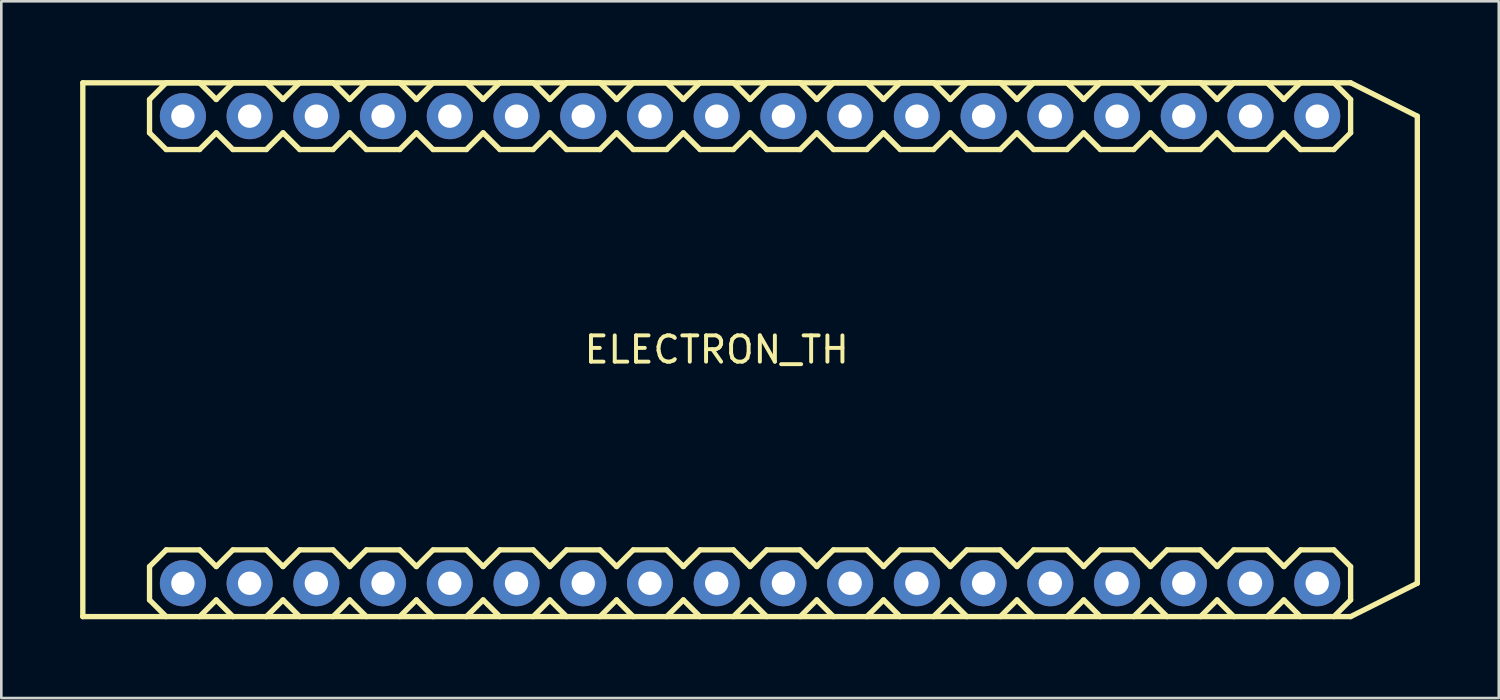
<source format=kicad_pcb>
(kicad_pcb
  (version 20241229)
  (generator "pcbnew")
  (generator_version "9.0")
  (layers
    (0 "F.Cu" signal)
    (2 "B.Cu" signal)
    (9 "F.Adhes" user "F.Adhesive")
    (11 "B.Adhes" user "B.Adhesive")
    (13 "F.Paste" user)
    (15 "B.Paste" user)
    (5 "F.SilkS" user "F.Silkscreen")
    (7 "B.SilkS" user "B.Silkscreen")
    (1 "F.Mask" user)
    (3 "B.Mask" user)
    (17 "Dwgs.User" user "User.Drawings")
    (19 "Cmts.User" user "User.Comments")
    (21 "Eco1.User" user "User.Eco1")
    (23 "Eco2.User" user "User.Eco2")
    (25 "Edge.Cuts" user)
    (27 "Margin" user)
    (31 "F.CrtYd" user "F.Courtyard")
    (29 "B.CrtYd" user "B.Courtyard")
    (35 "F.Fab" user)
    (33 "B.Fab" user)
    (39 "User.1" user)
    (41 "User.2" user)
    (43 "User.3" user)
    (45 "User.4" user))
  (footprint "ELECTRON_TH"
    (layer "F.Cu")
    (at 24.232 10.262)
    (property "Reference" "ELECTRON_TH" (at 0 0 0) (layer "F.SilkS") (effects (font (size 1 1) (thickness 0.15))))
    (attr through_hole)
    (fp_line (start -24.13 -10.16) (end 24.13 -10.16) (stroke (width 0.203) (type solid)) (layer "F.SilkS"))
    (fp_line (start -24.13 10.16) (end -24.13 -10.16) (stroke (width 0.203) (type solid)) (layer "F.SilkS"))
    (fp_line (start -21.59 -9.525) (end -21.59 -8.255) (stroke (width 0.203) (type solid)) (layer "F.SilkS"))
    (fp_line (start -21.59 -8.255) (end -20.955 -7.62) (stroke (width 0.203) (type solid)) (layer "F.SilkS"))
    (fp_line (start -21.59 8.255) (end -21.59 9.525) (stroke (width 0.203) (type solid)) (layer "F.SilkS"))
    (fp_line (start -21.59 9.525) (end -20.955 10.16) (stroke (width 0.203) (type solid)) (layer "F.SilkS"))
    (fp_line (start -20.955 -10.16) (end -21.59 -9.525) (stroke (width 0.203) (type solid)) (layer "F.SilkS"))
    (fp_line (start -20.955 7.62) (end -21.59 8.255) (stroke (width 0.203) (type solid)) (layer "F.SilkS"))
    (fp_line (start -19.685 -10.16) (end -20.955 -10.16) (stroke (width 0.203) (type solid)) (layer "F.SilkS"))
    (fp_line (start -19.685 -10.16) (end -19.05 -9.525) (stroke (width 0.203) (type solid)) (layer "F.SilkS"))
    (fp_line (start -19.685 -7.62) (end -20.955 -7.62) (stroke (width 0.203) (type solid)) (layer "F.SilkS"))
    (fp_line (start -19.685 7.62) (end -20.955 7.62) (stroke (width 0.203) (type solid)) (layer "F.SilkS"))
    (fp_line (start -19.685 7.62) (end -19.05 8.255) (stroke (width 0.203) (type solid)) (layer "F.SilkS"))
    (fp_line (start -19.05 -9.525) (end -18.415 -10.16) (stroke (width 0.203) (type solid)) (layer "F.SilkS"))
    (fp_line (start -19.05 -8.255) (end -19.685 -7.62) (stroke (width 0.203) (type solid)) (layer "F.SilkS"))
    (fp_line (start -19.05 8.255) (end -18.415 7.62) (stroke (width 0.203) (type solid)) (layer "F.SilkS"))
    (fp_line (start -19.05 9.525) (end -19.685 10.16) (stroke (width 0.203) (type solid)) (layer "F.SilkS"))
    (fp_line (start -18.415 -7.62) (end -19.05 -8.255) (stroke (width 0.203) (type solid)) (layer "F.SilkS"))
    (fp_line (start -18.415 10.16) (end -19.05 9.525) (stroke (width 0.203) (type solid)) (layer "F.SilkS"))
    (fp_line (start -17.145 -10.16) (end -18.415 -10.16) (stroke (width 0.203) (type solid)) (layer "F.SilkS"))
    (fp_line (start -17.145 -10.16) (end -16.51 -9.525) (stroke (width 0.203) (type solid)) (layer "F.SilkS"))
    (fp_line (start -17.145 -7.62) (end -18.415 -7.62) (stroke (width 0.203) (type solid)) (layer "F.SilkS"))
    (fp_line (start -17.145 7.62) (end -18.415 7.62) (stroke (width 0.203) (type solid)) (layer "F.SilkS"))
    (fp_line (start -17.145 7.62) (end -16.51 8.255) (stroke (width 0.203) (type solid)) (layer "F.SilkS"))
    (fp_line (start -16.51 -9.525) (end -15.875 -10.16) (stroke (width 0.203) (type solid)) (layer "F.SilkS"))
    (fp_line (start -16.51 -8.255) (end -17.145 -7.62) (stroke (width 0.203) (type solid)) (layer "F.SilkS"))
    (fp_line (start -16.51 8.255) (end -15.875 7.62) (stroke (width 0.203) (type solid)) (layer "F.SilkS"))
    (fp_line (start -16.51 9.525) (end -17.145 10.16) (stroke (width 0.203) (type solid)) (layer "F.SilkS"))
    (fp_line (start -15.875 -7.62) (end -16.51 -8.255) (stroke (width 0.203) (type solid)) (layer "F.SilkS"))
    (fp_line (start -15.875 10.16) (end -16.51 9.525) (stroke (width 0.203) (type solid)) (layer "F.SilkS"))
    (fp_line (start -14.605 -10.16) (end -15.875 -10.16) (stroke (width 0.203) (type solid)) (layer "F.SilkS"))
    (fp_line (start -14.605 -10.16) (end -13.97 -9.525) (stroke (width 0.203) (type solid)) (layer "F.SilkS"))
    (fp_line (start -14.605 -7.62) (end -15.875 -7.62) (stroke (width 0.203) (type solid)) (layer "F.SilkS"))
    (fp_line (start -14.605 7.62) (end -15.875 7.62) (stroke (width 0.203) (type solid)) (layer "F.SilkS"))
    (fp_line (start -14.605 7.62) (end -13.97 8.255) (stroke (width 0.203) (type solid)) (layer "F.SilkS"))
    (fp_line (start -13.97 -8.255) (end -14.605 -7.62) (stroke (width 0.203) (type solid)) (layer "F.SilkS"))
    (fp_line (start -13.97 -8.255) (end -13.335 -7.62) (stroke (width 0.203) (type solid)) (layer "F.SilkS"))
    (fp_line (start -13.97 9.525) (end -14.605 10.16) (stroke (width 0.203) (type solid)) (layer "F.SilkS"))
    (fp_line (start -13.97 9.525) (end -13.335 10.16) (stroke (width 0.203) (type solid)) (layer "F.SilkS"))
    (fp_line (start -13.335 -10.16) (end -13.97 -9.525) (stroke (width 0.203) (type solid)) (layer "F.SilkS"))
    (fp_line (start -13.335 7.62) (end -13.97 8.255) (stroke (width 0.203) (type solid)) (layer "F.SilkS"))
    (fp_line (start -12.065 -10.16) (end -13.335 -10.16) (stroke (width 0.203) (type solid)) (layer "F.SilkS"))
    (fp_line (start -12.065 -10.16) (end -11.43 -9.525) (stroke (width 0.203) (type solid)) (layer "F.SilkS"))
    (fp_line (start -12.065 -7.62) (end -13.335 -7.62) (stroke (width 0.203) (type solid)) (layer "F.SilkS"))
    (fp_line (start -12.065 7.62) (end -13.335 7.62) (stroke (width 0.203) (type solid)) (layer "F.SilkS"))
    (fp_line (start -12.065 7.62) (end -11.43 8.255) (stroke (width 0.203) (type solid)) (layer "F.SilkS"))
    (fp_line (start -11.43 -9.525) (end -10.795 -10.16) (stroke (width 0.203) (type solid)) (layer "F.SilkS"))
    (fp_line (start -11.43 -8.255) (end -12.065 -7.62) (stroke (width 0.203) (type solid)) (layer "F.SilkS"))
    (fp_line (start -11.43 8.255) (end -10.795 7.62) (stroke (width 0.203) (type solid)) (layer "F.SilkS"))
    (fp_line (start -11.43 9.525) (end -12.065 10.16) (stroke (width 0.203) (type solid)) (layer "F.SilkS"))
    (fp_line (start -10.795 -7.62) (end -11.43 -8.255) (stroke (width 0.203) (type solid)) (layer "F.SilkS"))
    (fp_line (start -10.795 10.16) (end -11.43 9.525) (stroke (width 0.203) (type solid)) (layer "F.SilkS"))
    (fp_line (start -9.525 -10.16) (end -10.795 -10.16) (stroke (width 0.203) (type solid)) (layer "F.SilkS"))
    (fp_line (start -9.525 -10.16) (end -8.89 -9.525) (stroke (width 0.203) (type solid)) (layer "F.SilkS"))
    (fp_line (start -9.525 -7.62) (end -10.795 -7.62) (stroke (width 0.203) (type solid)) (layer "F.SilkS"))
    (fp_line (start -9.525 7.62) (end -10.795 7.62) (stroke (width 0.203) (type solid)) (layer "F.SilkS"))
    (fp_line (start -9.525 7.62) (end -8.89 8.255) (stroke (width 0.203) (type solid)) (layer "F.SilkS"))
    (fp_line (start -8.89 -9.525) (end -8.255 -10.16) (stroke (width 0.203) (type solid)) (layer "F.SilkS"))
    (fp_line (start -8.89 -8.255) (end -9.525 -7.62) (stroke (width 0.203) (type solid)) (layer "F.SilkS"))
    (fp_line (start -8.89 8.255) (end -8.255 7.62) (stroke (width 0.203) (type solid)) (layer "F.SilkS"))
    (fp_line (start -8.89 9.525) (end -9.525 10.16) (stroke (width 0.203) (type solid)) (layer "F.SilkS"))
    (fp_line (start -8.255 -7.62) (end -8.89 -8.255) (stroke (width 0.203) (type solid)) (layer "F.SilkS"))
    (fp_line (start -8.255 10.16) (end -8.89 9.525) (stroke (width 0.203) (type solid)) (layer "F.SilkS"))
    (fp_line (start -6.985 -10.16) (end -8.255 -10.16) (stroke (width 0.203) (type solid)) (layer "F.SilkS"))
    (fp_line (start -6.985 -10.16) (end -6.35 -9.525) (stroke (width 0.203) (type solid)) (layer "F.SilkS"))
    (fp_line (start -6.985 -7.62) (end -8.255 -7.62) (stroke (width 0.203) (type solid)) (layer "F.SilkS"))
    (fp_line (start -6.985 7.62) (end -8.255 7.62) (stroke (width 0.203) (type solid)) (layer "F.SilkS"))
    (fp_line (start -6.985 7.62) (end -6.35 8.255) (stroke (width 0.203) (type solid)) (layer "F.SilkS"))
    (fp_line (start -6.35 -8.255) (end -6.985 -7.62) (stroke (width 0.203) (type solid)) (layer "F.SilkS"))
    (fp_line (start -6.35 -8.255) (end -5.715 -7.62) (stroke (width 0.203) (type solid)) (layer "F.SilkS"))
    (fp_line (start -6.35 9.525) (end -6.985 10.16) (stroke (width 0.203) (type solid)) (layer "F.SilkS"))
    (fp_line (start -6.35 9.525) (end -5.715 10.16) (stroke (width 0.203) (type solid)) (layer "F.SilkS"))
    (fp_line (start -5.715 -10.16) (end -6.35 -9.525) (stroke (width 0.203) (type solid)) (layer "F.SilkS"))
    (fp_line (start -5.715 7.62) (end -6.35 8.255) (stroke (width 0.203) (type solid)) (layer "F.SilkS"))
    (fp_line (start -4.445 -10.16) (end -5.715 -10.16) (stroke (width 0.203) (type solid)) (layer "F.SilkS"))
    (fp_line (start -4.445 -10.16) (end -3.81 -9.525) (stroke (width 0.203) (type solid)) (layer "F.SilkS"))
    (fp_line (start -4.445 -7.62) (end -5.715 -7.62) (stroke (width 0.203) (type solid)) (layer "F.SilkS"))
    (fp_line (start -4.445 7.62) (end -5.715 7.62) (stroke (width 0.203) (type solid)) (layer "F.SilkS"))
    (fp_line (start -4.445 7.62) (end -3.81 8.255) (stroke (width 0.203) (type solid)) (layer "F.SilkS"))
    (fp_line (start -3.81 -8.255) (end -4.445 -7.62) (stroke (width 0.203) (type solid)) (layer "F.SilkS"))
    (fp_line (start -3.81 -8.255) (end -3.175 -7.62) (stroke (width 0.203) (type solid)) (layer "F.SilkS"))
    (fp_line (start -3.81 9.525) (end -4.445 10.16) (stroke (width 0.203) (type solid)) (layer "F.SilkS"))
    (fp_line (start -3.81 9.525) (end -3.175 10.16) (stroke (width 0.203) (type solid)) (layer "F.SilkS"))
    (fp_line (start -3.175 -10.16) (end -3.81 -9.525) (stroke (width 0.203) (type solid)) (layer "F.SilkS"))
    (fp_line (start -3.175 7.62) (end -3.81 8.255) (stroke (width 0.203) (type solid)) (layer "F.SilkS"))
    (fp_line (start -1.905 -10.16) (end -3.175 -10.16) (stroke (width 0.203) (type solid)) (layer "F.SilkS"))
    (fp_line (start -1.905 -10.16) (end -1.27 -9.525) (stroke (width 0.203) (type solid)) (layer "F.SilkS"))
    (fp_line (start -1.905 -7.62) (end -3.175 -7.62) (stroke (width 0.203) (type solid)) (layer "F.SilkS"))
    (fp_line (start -1.905 7.62) (end -3.175 7.62) (stroke (width 0.203) (type solid)) (layer "F.SilkS"))
    (fp_line (start -1.905 7.62) (end -1.27 8.255) (stroke (width 0.203) (type solid)) (layer "F.SilkS"))
    (fp_line (start -1.27 -8.255) (end -1.905 -7.62) (stroke (width 0.203) (type solid)) (layer "F.SilkS"))
    (fp_line (start -1.27 -8.255) (end -0.635 -7.62) (stroke (width 0.203) (type solid)) (layer "F.SilkS"))
    (fp_line (start -1.27 9.525) (end -1.905 10.16) (stroke (width 0.203) (type solid)) (layer "F.SilkS"))
    (fp_line (start -1.27 9.525) (end -0.635 10.16) (stroke (width 0.203) (type solid)) (layer "F.SilkS"))
    (fp_line (start -0.635 -10.16) (end -1.27 -9.525) (stroke (width 0.203) (type solid)) (layer "F.SilkS"))
    (fp_line (start -0.635 7.62) (end -1.27 8.255) (stroke (width 0.203) (type solid)) (layer "F.SilkS"))
    (fp_line (start 0.635 -10.16) (end -0.635 -10.16) (stroke (width 0.203) (type solid)) (layer "F.SilkS"))
    (fp_line (start 0.635 -10.16) (end 1.27 -9.525) (stroke (width 0.203) (type solid)) (layer "F.SilkS"))
    (fp_line (start 0.635 -7.62) (end -0.635 -7.62) (stroke (width 0.203) (type solid)) (layer "F.SilkS"))
    (fp_line (start 0.635 7.62) (end -0.635 7.62) (stroke (width 0.203) (type solid)) (layer "F.SilkS"))
    (fp_line (start 0.635 7.62) (end 1.27 8.255) (stroke (width 0.203) (type solid)) (layer "F.SilkS"))
    (fp_line (start 1.27 -8.255) (end 0.635 -7.62) (stroke (width 0.203) (type solid)) (layer "F.SilkS"))
    (fp_line (start 1.27 -8.255) (end 1.905 -7.62) (stroke (width 0.203) (type solid)) (layer "F.SilkS"))
    (fp_line (start 1.27 9.525) (end 0.635 10.16) (stroke (width 0.203) (type solid)) (layer "F.SilkS"))
    (fp_line (start 1.27 9.525) (end 1.905 10.16) (stroke (width 0.203) (type solid)) (layer "F.SilkS"))
    (fp_line (start 1.905 -10.16) (end 1.27 -9.525) (stroke (width 0.203) (type solid)) (layer "F.SilkS"))
    (fp_line (start 1.905 7.62) (end 1.27 8.255) (stroke (width 0.203) (type solid)) (layer "F.SilkS"))
    (fp_line (start 3.175 -10.16) (end 1.905 -10.16) (stroke (width 0.203) (type solid)) (layer "F.SilkS"))
    (fp_line (start 3.175 -10.16) (end 3.81 -9.525) (stroke (width 0.203) (type solid)) (layer "F.SilkS"))
    (fp_line (start 3.175 -7.62) (end 1.905 -7.62) (stroke (width 0.203) (type solid)) (layer "F.SilkS"))
    (fp_line (start 3.175 7.62) (end 1.905 7.62) (stroke (width 0.203) (type solid)) (layer "F.SilkS"))
    (fp_line (start 3.175 7.62) (end 3.81 8.255) (stroke (width 0.203) (type solid)) (layer "F.SilkS"))
    (fp_line (start 3.81 -8.255) (end 3.175 -7.62) (stroke (width 0.203) (type solid)) (layer "F.SilkS"))
    (fp_line (start 3.81 -8.255) (end 4.445 -7.62) (stroke (width 0.203) (type solid)) (layer "F.SilkS"))
    (fp_line (start 3.81 9.525) (end 3.175 10.16) (stroke (width 0.203) (type solid)) (layer "F.SilkS"))
    (fp_line (start 3.81 9.525) (end 4.445 10.16) (stroke (width 0.203) (type solid)) (layer "F.SilkS"))
    (fp_line (start 4.445 -10.16) (end 3.81 -9.525) (stroke (width 0.203) (type solid)) (layer "F.SilkS"))
    (fp_line (start 4.445 7.62) (end 3.81 8.255) (stroke (width 0.203) (type solid)) (layer "F.SilkS"))
    (fp_line (start 5.715 -10.16) (end 4.445 -10.16) (stroke (width 0.203) (type solid)) (layer "F.SilkS"))
    (fp_line (start 5.715 -10.16) (end 6.35 -9.525) (stroke (width 0.203) (type solid)) (layer "F.SilkS"))
    (fp_line (start 5.715 -7.62) (end 4.445 -7.62) (stroke (width 0.203) (type solid)) (layer "F.SilkS"))
    (fp_line (start 5.715 7.62) (end 4.445 7.62) (stroke (width 0.203) (type solid)) (layer "F.SilkS"))
    (fp_line (start 5.715 7.62) (end 6.35 8.255) (stroke (width 0.203) (type solid)) (layer "F.SilkS"))
    (fp_line (start 6.35 -8.255) (end 5.715 -7.62) (stroke (width 0.203) (type solid)) (layer "F.SilkS"))
    (fp_line (start 6.35 -8.255) (end 6.985 -7.62) (stroke (width 0.203) (type solid)) (layer "F.SilkS"))
    (fp_line (start 6.35 9.525) (end 5.715 10.16) (stroke (width 0.203) (type solid)) (layer "F.SilkS"))
    (fp_line (start 6.35 9.525) (end 6.985 10.16) (stroke (width 0.203) (type solid)) (layer "F.SilkS"))
    (fp_line (start 6.985 -10.16) (end 6.35 -9.525) (stroke (width 0.203) (type solid)) (layer "F.SilkS"))
    (fp_line (start 6.985 7.62) (end 6.35 8.255) (stroke (width 0.203) (type solid)) (layer "F.SilkS"))
    (fp_line (start 8.255 -10.16) (end 6.985 -10.16) (stroke (width 0.203) (type solid)) (layer "F.SilkS"))
    (fp_line (start 8.255 -10.16) (end 8.89 -9.525) (stroke (width 0.203) (type solid)) (layer "F.SilkS"))
    (fp_line (start 8.255 -7.62) (end 6.985 -7.62) (stroke (width 0.203) (type solid)) (layer "F.SilkS"))
    (fp_line (start 8.255 7.62) (end 6.985 7.62) (stroke (width 0.203) (type solid)) (layer "F.SilkS"))
    (fp_line (start 8.255 7.62) (end 8.89 8.255) (stroke (width 0.203) (type solid)) (layer "F.SilkS"))
    (fp_line (start 8.89 -8.255) (end 8.255 -7.62) (stroke (width 0.203) (type solid)) (layer "F.SilkS"))
    (fp_line (start 8.89 -8.255) (end 9.525 -7.62) (stroke (width 0.203) (type solid)) (layer "F.SilkS"))
    (fp_line (start 8.89 9.525) (end 8.255 10.16) (stroke (width 0.203) (type solid)) (layer "F.SilkS"))
    (fp_line (start 8.89 9.525) (end 9.525 10.16) (stroke (width 0.203) (type solid)) (layer "F.SilkS"))
    (fp_line (start 9.525 -10.16) (end 8.89 -9.525) (stroke (width 0.203) (type solid)) (layer "F.SilkS"))
    (fp_line (start 9.525 7.62) (end 8.89 8.255) (stroke (width 0.203) (type solid)) (layer "F.SilkS"))
    (fp_line (start 10.795 -10.16) (end 9.525 -10.16) (stroke (width 0.203) (type solid)) (layer "F.SilkS"))
    (fp_line (start 10.795 -10.16) (end 11.43 -9.525) (stroke (width 0.203) (type solid)) (layer "F.SilkS"))
    (fp_line (start 10.795 -7.62) (end 9.525 -7.62) (stroke (width 0.203) (type solid)) (layer "F.SilkS"))
    (fp_line (start 10.795 7.62) (end 9.525 7.62) (stroke (width 0.203) (type solid)) (layer "F.SilkS"))
    (fp_line (start 10.795 7.62) (end 11.43 8.255) (stroke (width 0.203) (type solid)) (layer "F.SilkS"))
    (fp_line (start 11.43 -8.255) (end 10.795 -7.62) (stroke (width 0.203) (type solid)) (layer "F.SilkS"))
    (fp_line (start 11.43 -8.255) (end 12.065 -7.62) (stroke (width 0.203) (type solid)) (layer "F.SilkS"))
    (fp_line (start 11.43 9.525) (end 10.795 10.16) (stroke (width 0.203) (type solid)) (layer "F.SilkS"))
    (fp_line (start 11.43 9.525) (end 12.065 10.16) (stroke (width 0.203) (type solid)) (layer "F.SilkS"))
    (fp_line (start 12.065 -10.16) (end 11.43 -9.525) (stroke (width 0.203) (type solid)) (layer "F.SilkS"))
    (fp_line (start 12.065 7.62) (end 11.43 8.255) (stroke (width 0.203) (type solid)) (layer "F.SilkS"))
    (fp_line (start 13.335 -10.16) (end 12.065 -10.16) (stroke (width 0.203) (type solid)) (layer "F.SilkS"))
    (fp_line (start 13.335 -10.16) (end 13.97 -9.525) (stroke (width 0.203) (type solid)) (layer "F.SilkS"))
    (fp_line (start 13.335 -7.62) (end 12.065 -7.62) (stroke (width 0.203) (type solid)) (layer "F.SilkS"))
    (fp_line (start 13.335 7.62) (end 12.065 7.62) (stroke (width 0.203) (type solid)) (layer "F.SilkS"))
    (fp_line (start 13.335 7.62) (end 13.97 8.255) (stroke (width 0.203) (type solid)) (layer "F.SilkS"))
    (fp_line (start 13.97 -8.255) (end 13.335 -7.62) (stroke (width 0.203) (type solid)) (layer "F.SilkS"))
    (fp_line (start 13.97 -8.255) (end 14.605 -7.62) (stroke (width 0.203) (type solid)) (layer "F.SilkS"))
    (fp_line (start 13.97 9.525) (end 13.335 10.16) (stroke (width 0.203) (type solid)) (layer "F.SilkS"))
    (fp_line (start 13.97 9.525) (end 14.605 10.16) (stroke (width 0.203) (type solid)) (layer "F.SilkS"))
    (fp_line (start 14.605 -10.16) (end 13.97 -9.525) (stroke (width 0.203) (type solid)) (layer "F.SilkS"))
    (fp_line (start 14.605 7.62) (end 13.97 8.255) (stroke (width 0.203) (type solid)) (layer "F.SilkS"))
    (fp_line (start 15.875 -10.16) (end 14.605 -10.16) (stroke (width 0.203) (type solid)) (layer "F.SilkS"))
    (fp_line (start 15.875 -10.16) (end 16.51 -9.525) (stroke (width 0.203) (type solid)) (layer "F.SilkS"))
    (fp_line (start 15.875 -7.62) (end 14.605 -7.62) (stroke (width 0.203) (type solid)) (layer "F.SilkS"))
    (fp_line (start 15.875 7.62) (end 14.605 7.62) (stroke (width 0.203) (type solid)) (layer "F.SilkS"))
    (fp_line (start 15.875 7.62) (end 16.51 8.255) (stroke (width 0.203) (type solid)) (layer "F.SilkS"))
    (fp_line (start 16.51 -8.255) (end 15.875 -7.62) (stroke (width 0.203) (type solid)) (layer "F.SilkS"))
    (fp_line (start 16.51 -8.255) (end 17.145 -7.62) (stroke (width 0.203) (type solid)) (layer "F.SilkS"))
    (fp_line (start 16.51 9.525) (end 15.875 10.16) (stroke (width 0.203) (type solid)) (layer "F.SilkS"))
    (fp_line (start 16.51 9.525) (end 17.145 10.16) (stroke (width 0.203) (type solid)) (layer "F.SilkS"))
    (fp_line (start 17.145 -10.16) (end 16.51 -9.525) (stroke (width 0.203) (type solid)) (layer "F.SilkS"))
    (fp_line (start 17.145 7.62) (end 16.51 8.255) (stroke (width 0.203) (type solid)) (layer "F.SilkS"))
    (fp_line (start 18.415 -10.16) (end 17.145 -10.16) (stroke (width 0.203) (type solid)) (layer "F.SilkS"))
    (fp_line (start 18.415 -10.16) (end 19.05 -9.525) (stroke (width 0.203) (type solid)) (layer "F.SilkS"))
    (fp_line (start 18.415 -7.62) (end 17.145 -7.62) (stroke (width 0.203) (type solid)) (layer "F.SilkS"))
    (fp_line (start 18.415 7.62) (end 17.145 7.62) (stroke (width 0.203) (type solid)) (layer "F.SilkS"))
    (fp_line (start 18.415 7.62) (end 19.05 8.255) (stroke (width 0.203) (type solid)) (layer "F.SilkS"))
    (fp_line (start 19.05 -8.255) (end 18.415 -7.62) (stroke (width 0.203) (type solid)) (layer "F.SilkS"))
    (fp_line (start 19.05 -8.255) (end 19.685 -7.62) (stroke (width 0.203) (type solid)) (layer "F.SilkS"))
    (fp_line (start 19.05 9.525) (end 18.415 10.16) (stroke (width 0.203) (type solid)) (layer "F.SilkS"))
    (fp_line (start 19.05 9.525) (end 19.685 10.16) (stroke (width 0.203) (type solid)) (layer "F.SilkS"))
    (fp_line (start 19.685 -10.16) (end 19.05 -9.525) (stroke (width 0.203) (type solid)) (layer "F.SilkS"))
    (fp_line (start 19.685 7.62) (end 19.05 8.255) (stroke (width 0.203) (type solid)) (layer "F.SilkS"))
    (fp_line (start 20.955 -10.16) (end 19.685 -10.16) (stroke (width 0.203) (type solid)) (layer "F.SilkS"))
    (fp_line (start 20.955 -10.16) (end 21.59 -9.525) (stroke (width 0.203) (type solid)) (layer "F.SilkS"))
    (fp_line (start 20.955 -7.62) (end 19.685 -7.62) (stroke (width 0.203) (type solid)) (layer "F.SilkS"))
    (fp_line (start 20.955 7.62) (end 19.685 7.62) (stroke (width 0.203) (type solid)) (layer "F.SilkS"))
    (fp_line (start 20.955 7.62) (end 21.59 8.255) (stroke (width 0.203) (type solid)) (layer "F.SilkS"))
    (fp_line (start 21.59 -8.255) (end 20.955 -7.62) (stroke (width 0.203) (type solid)) (layer "F.SilkS"))
    (fp_line (start 21.59 -8.255) (end 22.225 -7.62) (stroke (width 0.203) (type solid)) (layer "F.SilkS"))
    (fp_line (start 21.59 9.525) (end 20.955 10.16) (stroke (width 0.203) (type solid)) (layer "F.SilkS"))
    (fp_line (start 21.59 9.525) (end 22.225 10.16) (stroke (width 0.203) (type solid)) (layer "F.SilkS"))
    (fp_line (start 22.225 -10.16) (end 21.59 -9.525) (stroke (width 0.203) (type solid)) (layer "F.SilkS"))
    (fp_line (start 22.225 7.62) (end 21.59 8.255) (stroke (width 0.203) (type solid)) (layer "F.SilkS"))
    (fp_line (start 23.495 -10.16) (end 22.225 -10.16) (stroke (width 0.203) (type solid)) (layer "F.SilkS"))
    (fp_line (start 23.495 -10.16) (end 24.13 -9.525) (stroke (width 0.203) (type solid)) (layer "F.SilkS"))
    (fp_line (start 23.495 -7.62) (end 22.225 -7.62) (stroke (width 0.203) (type solid)) (layer "F.SilkS"))
    (fp_line (start 23.495 7.62) (end 22.225 7.62) (stroke (width 0.203) (type solid)) (layer "F.SilkS"))
    (fp_line (start 23.495 7.62) (end 24.13 8.255) (stroke (width 0.203) (type solid)) (layer "F.SilkS"))
    (fp_line (start 24.13 -10.16) (end 26.67 -8.89) (stroke (width 0.203) (type solid)) (layer "F.SilkS"))
    (fp_line (start 24.13 -9.525) (end 24.13 -8.255) (stroke (width 0.203) (type solid)) (layer "F.SilkS"))
    (fp_line (start 24.13 -8.255) (end 23.495 -7.62) (stroke (width 0.203) (type solid)) (layer "F.SilkS"))
    (fp_line (start 24.13 8.255) (end 24.13 9.525) (stroke (width 0.203) (type solid)) (layer "F.SilkS"))
    (fp_line (start 24.13 9.525) (end 23.495 10.16) (stroke (width 0.203) (type solid)) (layer "F.SilkS"))
    (fp_line (start 24.13 10.16) (end -24.13 10.16) (stroke (width 0.203) (type solid)) (layer "F.SilkS"))
    (fp_line (start 26.67 -8.89) (end 26.67 8.89) (stroke (width 0.203) (type solid)) (layer "F.SilkS"))
    (fp_line (start 26.67 8.89) (end 24.13 10.16) (stroke (width 0.203) (type solid)) (layer "F.SilkS"))
    (pad "3V3" thru_hole circle (at -20.32 -8.89 90) (size 1.753 1.753) (drill 0.889) (layers "*.Cu" "*.Mask"))
    (pad "A0" thru_hole circle (at 7.62 8.89 90) (size 1.753 1.753) (drill 0.889) (layers "*.Cu" "*.Mask"))
    (pad "A1" thru_hole circle (at 5.08 8.89 90) (size 1.753 1.753) (drill 0.889) (layers "*.Cu" "*.Mask"))
    (pad "A2" thru_hole circle (at 2.54 8.89 90) (size 1.753 1.753) (drill 0.889) (layers "*.Cu" "*.Mask"))
    (pad "A3" thru_hole circle (at 0 8.89 90) (size 1.753 1.753) (drill 0.889) (layers "*.Cu" "*.Mask"))
    (pad "A4" thru_hole circle (at -2.54 8.89 90) (size 1.753 1.753) (drill 0.889) (layers "*.Cu" "*.Mask"))
    (pad "A5" thru_hole circle (at -5.08 8.89 90) (size 1.753 1.753) (drill 0.889) (layers "*.Cu" "*.Mask"))
    (pad "B0" thru_hole circle (at 22.86 8.89 90) (size 1.753 1.753) (drill 0.889) (layers "*.Cu" "*.Mask"))
    (pad "B1" thru_hole circle (at 20.32 8.89 90) (size 1.753 1.753) (drill 0.889) (layers "*.Cu" "*.Mask"))
    (pad "B2" thru_hole circle (at 17.78 8.89 90) (size 1.753 1.753) (drill 0.889) (layers "*.Cu" "*.Mask"))
    (pad "B3" thru_hole circle (at 15.24 8.89 90) (size 1.753 1.753) (drill 0.889) (layers "*.Cu" "*.Mask"))
    (pad "B4" thru_hole circle (at 12.7 8.89 90) (size 1.753 1.753) (drill 0.889) (layers "*.Cu" "*.Mask"))
    (pad "B5" thru_hole circle (at 10.16 8.89 90) (size 1.753 1.753) (drill 0.889) (layers "*.Cu" "*.Mask"))
    (pad "C0" thru_hole circle (at 22.86 -8.89 90) (size 1.753 1.753) (drill 0.889) (layers "*.Cu" "*.Mask"))
    (pad "C1" thru_hole circle (at 20.32 -8.89 90) (size 1.753 1.753) (drill 0.889) (layers "*.Cu" "*.Mask"))
    (pad "C2" thru_hole circle (at 17.78 -8.89 90) (size 1.753 1.753) (drill 0.889) (layers "*.Cu" "*.Mask"))
    (pad "C3" thru_hole circle (at 15.24 -8.89 90) (size 1.753 1.753) (drill 0.889) (layers "*.Cu" "*.Mask"))
    (pad "C4" thru_hole circle (at 12.7 -8.89 90) (size 1.753 1.753) (drill 0.889) (layers "*.Cu" "*.Mask"))
    (pad "C5" thru_hole circle (at 10.16 -8.89 90) (size 1.753 1.753) (drill 0.889) (layers "*.Cu" "*.Mask"))
    (pad "D0" thru_hole circle (at 7.62 -8.89 90) (size 1.753 1.753) (drill 0.889) (layers "*.Cu" "*.Mask"))
    (pad "D1" thru_hole circle (at 5.08 -8.89 90) (size 1.753 1.753) (drill 0.889) (layers "*.Cu" "*.Mask"))
    (pad "D2" thru_hole circle (at 2.54 -8.89 90) (size 1.753 1.753) (drill 0.889) (layers "*.Cu" "*.Mask"))
    (pad "D3" thru_hole circle (at 0 -8.89 90) (size 1.753 1.753) (drill 0.889) (layers "*.Cu" "*.Mask"))
    (pad "D4" thru_hole circle (at -2.54 -8.89 90) (size 1.753 1.753) (drill 0.889) (layers "*.Cu" "*.Mask"))
    (pad "D5" thru_hole circle (at -5.08 -8.89 90) (size 1.753 1.753) (drill 0.889) (layers "*.Cu" "*.Mask"))
    (pad "D6" thru_hole circle (at -7.62 -8.89 90) (size 1.753 1.753) (drill 0.889) (layers "*.Cu" "*.Mask"))
    (pad "D7" thru_hole circle (at -10.16 -8.89 90) (size 1.753 1.753) (drill 0.889) (layers "*.Cu" "*.Mask"))
    (pad "DAC" thru_hole circle (at -7.62 8.89 90) (size 1.753 1.753) (drill 0.889) (layers "*.Cu" "*.Mask"))
    (pad "GND" thru_hole circle (at -17.78 8.89 90) (size 1.753 1.753) (drill 0.889) (layers "*.Cu" "*.Mask"))
    (pad "GND" thru_hole circle (at -12.7 -8.89 90) (size 1.753 1.753) (drill 0.889) (layers "*.Cu" "*.Mask"))
    (pad "RX" thru_hole circle (at -12.7 8.89 90) (size 1.753 1.753) (drill 0.889) (layers "*.Cu" "*.Mask"))
    (pad "TX" thru_hole circle (at -15.24 8.89 90) (size 1.753 1.753) (drill 0.889) (layers "*.Cu" "*.Mask"))
    (pad "VBAT" thru_hole circle (at -15.24 -8.89 90) (size 1.753 1.753) (drill 0.889) (layers "*.Cu" "*.Mask"))
    (pad "VIN" thru_hole circle (at -20.32 8.89 90) (size 1.753 1.753) (drill 0.889) (layers "*.Cu" "*.Mask"))
    (pad "WKP" thru_hole circle (at -10.16 8.89 90) (size 1.753 1.753) (drill 0.889) (layers "*.Cu" "*.Mask"))
    (pad "~RST" thru_hole circle (at -17.78 -8.89 90) (size 1.753 1.753) (drill 0.889) (layers "*.Cu" "*.Mask")))
  (gr_rect
    (start -3 -3)
    (end 54.003 23.523)
    (stroke (width 0.1) (type default))
    (fill no)
    (layer "Edge.Cuts")))
</source>
